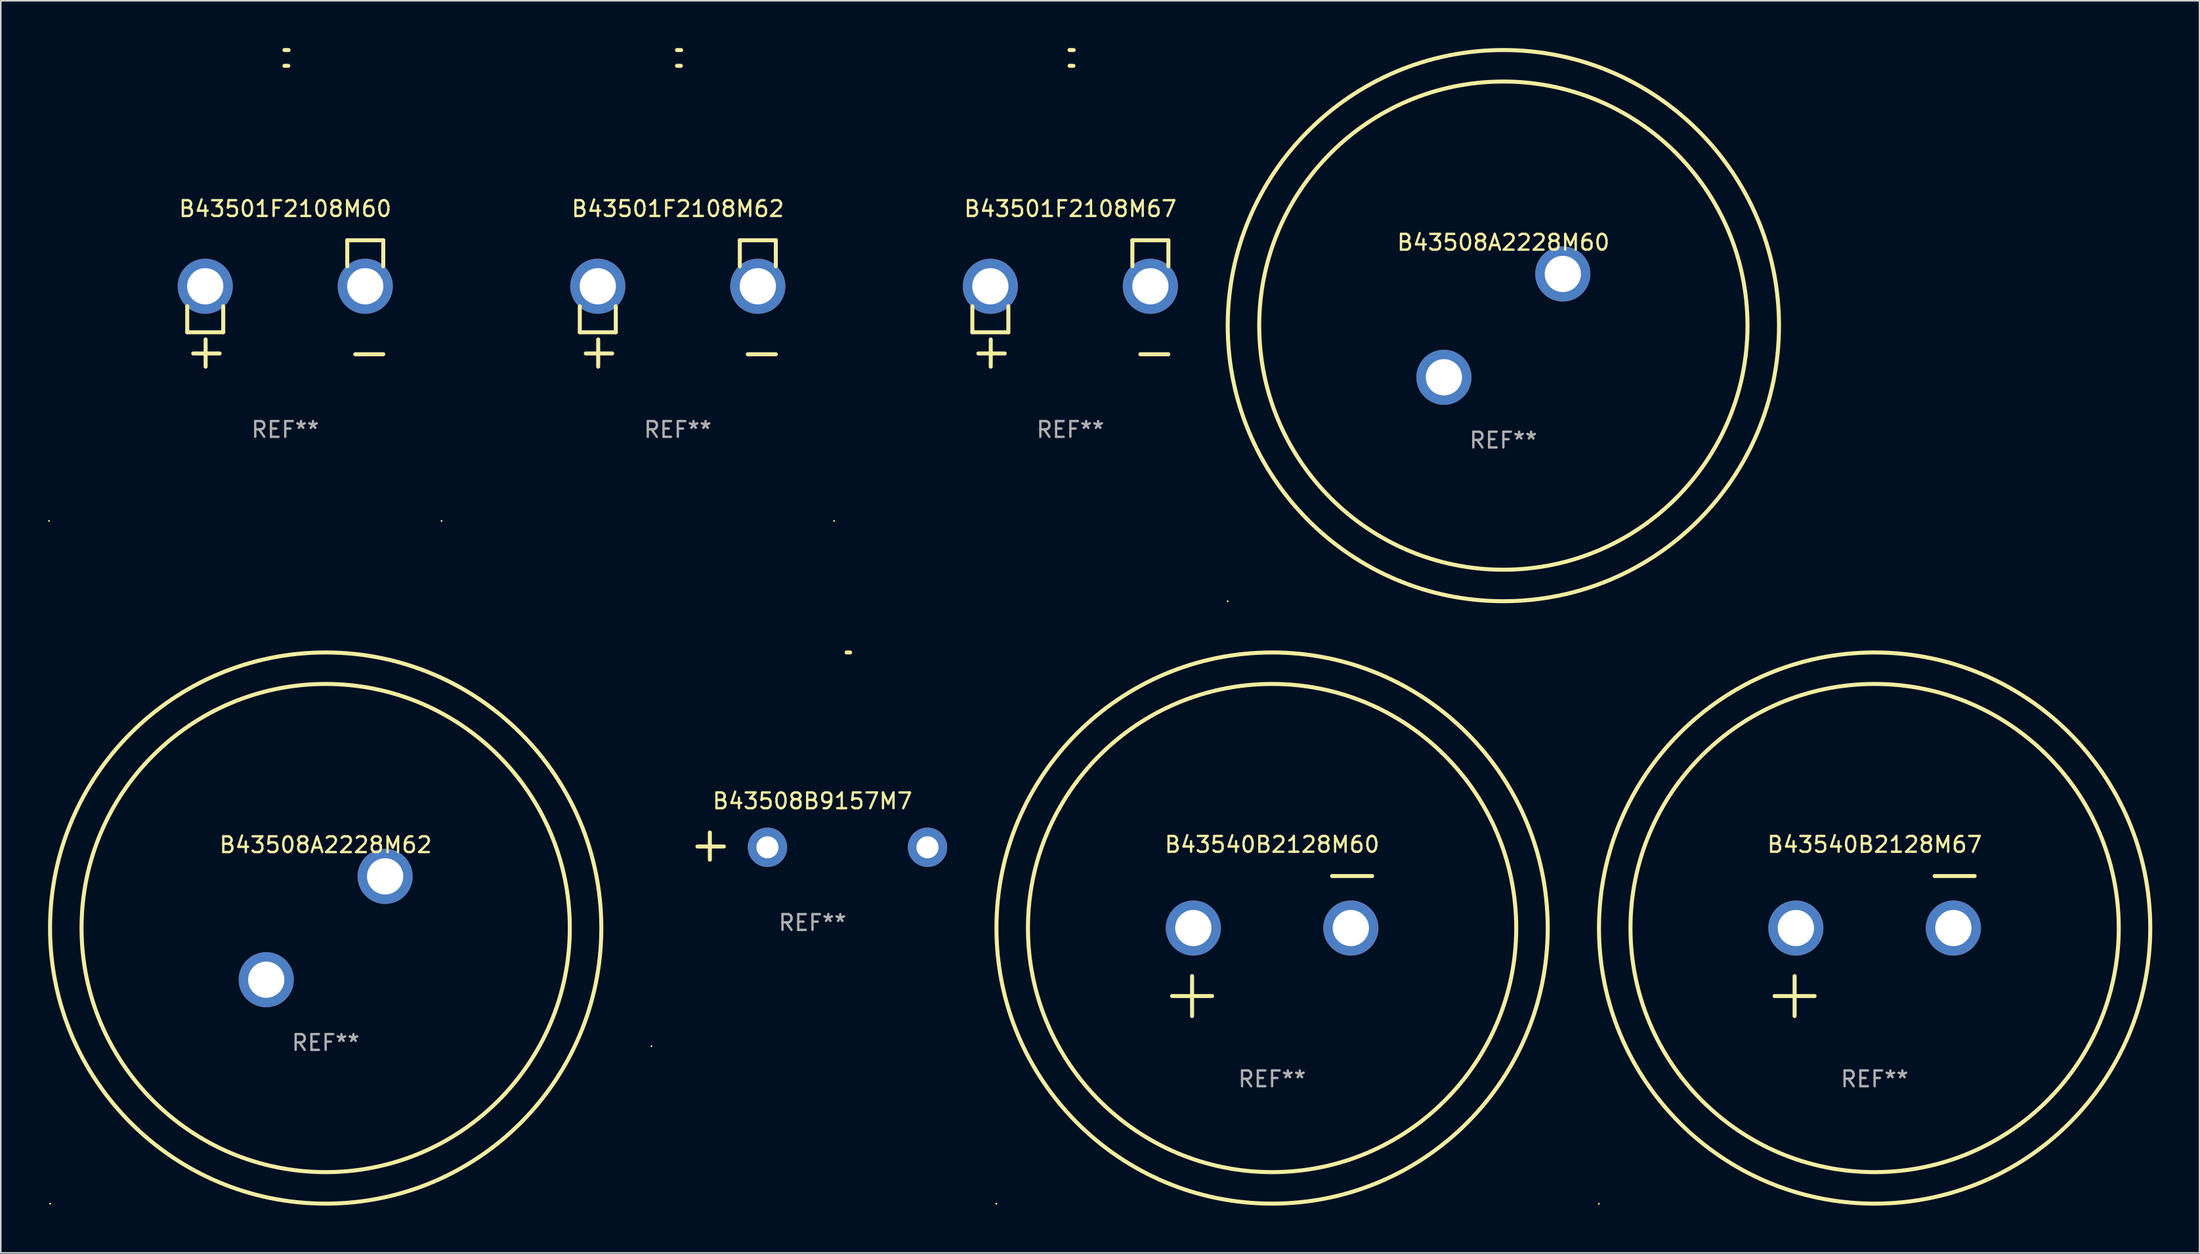
<source format=kicad_pcb>
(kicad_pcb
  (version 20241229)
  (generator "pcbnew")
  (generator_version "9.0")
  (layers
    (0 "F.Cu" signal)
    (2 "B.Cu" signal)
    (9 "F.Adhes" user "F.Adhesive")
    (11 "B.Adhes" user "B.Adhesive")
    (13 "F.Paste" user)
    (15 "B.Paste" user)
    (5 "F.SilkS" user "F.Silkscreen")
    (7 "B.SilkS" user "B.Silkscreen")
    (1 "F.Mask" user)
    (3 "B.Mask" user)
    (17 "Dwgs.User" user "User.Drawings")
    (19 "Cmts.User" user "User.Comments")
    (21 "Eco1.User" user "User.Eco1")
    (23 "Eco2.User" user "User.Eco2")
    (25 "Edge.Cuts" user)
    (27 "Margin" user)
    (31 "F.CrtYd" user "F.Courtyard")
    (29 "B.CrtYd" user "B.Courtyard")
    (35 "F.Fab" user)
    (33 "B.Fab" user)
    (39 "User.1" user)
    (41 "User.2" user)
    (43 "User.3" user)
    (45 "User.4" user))
  (footprint "B43501F2108M60"
    (layer "F.Cu")
    (at 15.06 16.22)
    (property "Reference" "B43501F2108M60" (at 0 -6.013 0) (layer "F.SilkS") (effects (font (size 1 1) (thickness 0.15))))
    (attr through_hole)
    (fp_line (start -6.223 0.178) (end -6.223 1.829) (stroke (width 0.254) (type solid)) (layer "F.SilkS"))
    (fp_line (start -6.223 1.829) (end -3.937 1.829) (stroke (width 0.254) (type solid)) (layer "F.SilkS"))
    (fp_line (start -5.055 4.013) (end -5.055 2.286) (stroke (width 0.254) (type solid)) (layer "F.SilkS"))
    (fp_line (start -4.166 3.175) (end -5.842 3.175) (stroke (width 0.254) (type solid)) (layer "F.SilkS"))
    (fp_line (start -3.937 1.829) (end -3.937 0.178) (stroke (width 0.254) (type solid)) (layer "F.SilkS"))
    (fp_line (start 3.937 -4.013) (end 3.937 -2.362) (stroke (width 0.254) (type solid)) (layer "F.SilkS"))
    (fp_line (start 6.223 -4.013) (end 3.937 -4.013) (stroke (width 0.254) (type solid)) (layer "F.SilkS"))
    (fp_line (start 6.223 -2.362) (end 6.223 -4.013) (stroke (width 0.254) (type solid)) (layer "F.SilkS"))
    (fp_line (start 6.223 3.226) (end 4.445 3.226) (stroke (width 0.254) (type solid)) (layer "F.SilkS"))
    (fp_arc (start -0.0508 -16.093472) (mid 0.080016 -16.092762) (end 0.210821 -16.090932) (stroke (width 0.254001) (type solid)) (layer "F.SilkS"))
    (fp_arc (start -0.0508 -15.09271) (mid 0.071125 -15.091961) (end 0.19304 -15.09017) (stroke (width 0.254001) (type solid)) (layer "F.SilkS"))
    (fp_circle (center -15 13.808) (end -14.97 13.808) (stroke (width 0.06) (type solid)) (fill no) (layer "F.SilkS"))
    (fp_text user "REF**" (at 0 8.013 0) (layer "F.Fab") (effects (font (size 1 1) (thickness 0.15))))
    (pad "1" thru_hole circle (at -5.08 -1.092) (size 3.5 3.5) (drill 2.3) (layers "*.Cu" "*.Mask"))
    (pad "2" thru_hole circle (at 5.08 -1.092) (size 3.5 3.5) (drill 2.3) (layers "*.Cu" "*.Mask")))
  (footprint "B43540B2128M60"
    (layer "F.Cu")
    (at 77.713 57.024)
    (property "Reference" "B43540B2128M60" (at 0 -6.445 0) (layer "F.SilkS") (effects (font (size 1 1) (thickness 0.15))))
    (attr through_hole)
    (fp_line (start -6.35 3.175) (end -3.81 3.175) (stroke (width 0.254) (type solid)) (layer "F.SilkS"))
    (fp_line (start -5.08 1.905) (end -5.08 4.445) (stroke (width 0.254) (type solid)) (layer "F.SilkS"))
    (fp_line (start 3.81 -4.445) (end 6.35 -4.445) (stroke (width 0.254) (type solid)) (layer "F.SilkS"))
    (fp_circle (center -17.505 16.362) (end -17.475 16.362) (stroke (width 0.06) (type solid)) (fill no) (layer "F.SilkS"))
    (fp_circle (center 0 -1.143) (end 15.5 -1.143) (stroke (width 0.254) (type solid)) (fill no) (layer "F.SilkS"))
    (fp_circle (center 0 -1.143) (end 17.5 -1.143) (stroke (width 0.254) (type solid)) (fill no) (layer "F.SilkS"))
    (fp_text user "REF**" (at 0 8.445 0) (layer "F.Fab") (effects (font (size 1 1) (thickness 0.15))))
    (pad "1" thru_hole circle (at -5 -1.143) (size 3.5 3.5) (drill 2.3) (layers "*.Cu" "*.Mask"))
    (pad "2" thru_hole circle (at 5 -1.143) (size 3.5 3.5) (drill 2.3) (layers "*.Cu" "*.Mask")))
  (footprint "B43508A2228M62"
    (layer "F.Cu")
    (at 17.627 55.881)
    (property "Reference" "B43508A2228M62" (at 0 -5.28 0) (layer "F.SilkS") (effects (font (size 1 1) (thickness 0.15))))
    (attr through_hole)
    (fp_circle (center -17.5 17.5) (end -17.47 17.5) (stroke (width 0.06) (type solid)) (fill no) (layer "F.SilkS"))
    (fp_circle (center 0.000127 0) (end 15.5 0) (stroke (width 0.254) (type solid)) (fill no) (layer "F.SilkS"))
    (fp_circle (center 0.000127 0) (end 17.5 0) (stroke (width 0.254) (type solid)) (fill no) (layer "F.SilkS"))
    (fp_text user "+" (at -2.209 6.481 0) (layer "B.Mask") (effects (font (size 1 1) (thickness 0.15))))
    (fp_text user "-" (at 3.792 -0.019 0) (layer "B.Mask") (effects (font (size 1 1) (thickness 0.15))))
    (fp_text user "REF**" (at 0 7.28 0) (layer "F.Fab") (effects (font (size 1 1) (thickness 0.15))))
    (pad "1" thru_hole circle (at -3.774 3.28) (size 3.5 3.5) (drill 2.3) (layers "*.Cu" "*.Mask"))
    (pad "2" thru_hole circle (at 3.774 -3.28) (size 3.5 3.5) (drill 2.3) (layers "*.Cu" "*.Mask")))
  (footprint "B43501F2108M62"
    (layer "F.Cu")
    (at 39.983 16.22)
    (property "Reference" "B43501F2108M62" (at 0 -6.013 0) (layer "F.SilkS") (effects (font (size 1 1) (thickness 0.15))))
    (attr through_hole)
    (fp_line (start -6.223 0.178) (end -6.223 1.829) (stroke (width 0.254) (type solid)) (layer "F.SilkS"))
    (fp_line (start -6.223 1.829) (end -3.937 1.829) (stroke (width 0.254) (type solid)) (layer "F.SilkS"))
    (fp_line (start -5.055 4.013) (end -5.055 2.286) (stroke (width 0.254) (type solid)) (layer "F.SilkS"))
    (fp_line (start -4.166 3.175) (end -5.842 3.175) (stroke (width 0.254) (type solid)) (layer "F.SilkS"))
    (fp_line (start -3.937 1.829) (end -3.937 0.178) (stroke (width 0.254) (type solid)) (layer "F.SilkS"))
    (fp_line (start 3.937 -4.013) (end 3.937 -2.362) (stroke (width 0.254) (type solid)) (layer "F.SilkS"))
    (fp_line (start 6.223 -4.013) (end 3.937 -4.013) (stroke (width 0.254) (type solid)) (layer "F.SilkS"))
    (fp_line (start 6.223 -2.362) (end 6.223 -4.013) (stroke (width 0.254) (type solid)) (layer "F.SilkS"))
    (fp_line (start 6.223 3.226) (end 4.445 3.226) (stroke (width 0.254) (type solid)) (layer "F.SilkS"))
    (fp_arc (start -0.0508 -16.093472) (mid 0.080016 -16.092762) (end 0.210821 -16.090932) (stroke (width 0.254001) (type solid)) (layer "F.SilkS"))
    (fp_arc (start -0.0508 -15.09271) (mid 0.071125 -15.091961) (end 0.19304 -15.09017) (stroke (width 0.254001) (type solid)) (layer "F.SilkS"))
    (fp_circle (center -15 13.808) (end -14.97 13.808) (stroke (width 0.06) (type solid)) (fill no) (layer "F.SilkS"))
    (fp_text user "REF**" (at 0 8.013 0) (layer "F.Fab") (effects (font (size 1 1) (thickness 0.15))))
    (pad "1" thru_hole circle (at -5.08 -1.092) (size 3.5 3.5) (drill 2.3) (layers "*.Cu" "*.Mask"))
    (pad "2" thru_hole circle (at 5.08 -1.092) (size 3.5 3.5) (drill 2.3) (layers "*.Cu" "*.Mask")))
  (footprint "B43501F2108M67"
    (layer "F.Cu")
    (at 64.906 16.22)
    (property "Reference" "B43501F2108M67" (at 0 -6.013 0) (layer "F.SilkS") (effects (font (size 1 1) (thickness 0.15))))
    (attr through_hole)
    (fp_line (start -6.223 0.178) (end -6.223 1.829) (stroke (width 0.254) (type solid)) (layer "F.SilkS"))
    (fp_line (start -6.223 1.829) (end -3.937 1.829) (stroke (width 0.254) (type solid)) (layer "F.SilkS"))
    (fp_line (start -5.055 4.013) (end -5.055 2.286) (stroke (width 0.254) (type solid)) (layer "F.SilkS"))
    (fp_line (start -4.166 3.175) (end -5.842 3.175) (stroke (width 0.254) (type solid)) (layer "F.SilkS"))
    (fp_line (start -3.937 1.829) (end -3.937 0.178) (stroke (width 0.254) (type solid)) (layer "F.SilkS"))
    (fp_line (start 3.937 -4.013) (end 3.937 -2.362) (stroke (width 0.254) (type solid)) (layer "F.SilkS"))
    (fp_line (start 6.223 -4.013) (end 3.937 -4.013) (stroke (width 0.254) (type solid)) (layer "F.SilkS"))
    (fp_line (start 6.223 -2.362) (end 6.223 -4.013) (stroke (width 0.254) (type solid)) (layer "F.SilkS"))
    (fp_line (start 6.223 3.226) (end 4.445 3.226) (stroke (width 0.254) (type solid)) (layer "F.SilkS"))
    (fp_arc (start -0.0508 -16.093472) (mid 0.080016 -16.092762) (end 0.210821 -16.090932) (stroke (width 0.254001) (type solid)) (layer "F.SilkS"))
    (fp_arc (start -0.0508 -15.09271) (mid 0.071125 -15.091961) (end 0.19304 -15.09017) (stroke (width 0.254001) (type solid)) (layer "F.SilkS"))
    (fp_circle (center -15 13.808) (end -14.97 13.808) (stroke (width 0.06) (type solid)) (fill no) (layer "F.SilkS"))
    (fp_text user "REF**" (at 0 8.013 0) (layer "F.Fab") (effects (font (size 1 1) (thickness 0.15))))
    (pad "1" thru_hole circle (at -5.08 -1.092) (size 3.5 3.5) (drill 2.3) (layers "*.Cu" "*.Mask"))
    (pad "2" thru_hole circle (at 5.08 -1.092) (size 3.5 3.5) (drill 2.3) (layers "*.Cu" "*.Mask")))
  (footprint "B43508B9157M7"
    (layer "F.Cu")
    (at 48.533 50.678)
    (property "Reference" "B43508B9157M7" (at 0 -2.864 0) (layer "F.SilkS") (effects (font (size 1 1) (thickness 0.15))))
    (attr through_hole)
    (fp_line (start -6.515 0.864) (end -6.515 -0.864) (stroke (width 0.254) (type solid)) (layer "F.SilkS"))
    (fp_line (start -5.626 0.025) (end -7.303 0.025) (stroke (width 0.254) (type solid)) (layer "F.SilkS"))
    (fp_arc (start 2.171704 -12.296165) (mid 2.280925 -12.296638) (end 2.390145 -12.296165) (stroke (width 0.254001) (type solid)) (layer "F.SilkS"))
    (fp_circle (center -10.219 12.703) (end -10.189 12.703) (stroke (width 0.06) (type solid)) (fill no) (layer "F.SilkS"))
    (fp_text user "REF**" (at 0 4.864 0) (layer "F.Fab") (effects (font (size 1 1) (thickness 0.15))))
    (pad "1" thru_hole circle (at -2.858 0.076) (size 2.5 2.5) (drill 1.4) (layers "*.Cu" "*.Mask"))
    (pad "2" thru_hole circle (at 7.303 0.076) (size 2.5 2.5) (drill 1.4) (layers "*.Cu" "*.Mask")))
  (footprint "B43508A2228M60"
    (layer "F.Cu")
    (at 92.396 17.627)
    (property "Reference" "B43508A2228M60" (at 0 -5.28 0) (layer "F.SilkS") (effects (font (size 1 1) (thickness 0.15))))
    (attr through_hole)
    (fp_circle (center -17.5 17.5) (end -17.47 17.5) (stroke (width 0.06) (type solid)) (fill no) (layer "F.SilkS"))
    (fp_circle (center 0.000127 0) (end 15.5 0) (stroke (width 0.254) (type solid)) (fill no) (layer "F.SilkS"))
    (fp_circle (center 0.000127 0) (end 17.5 0) (stroke (width 0.254) (type solid)) (fill no) (layer "F.SilkS"))
    (fp_text user "-" (at 3.792 -0.019 0) (layer "B.Mask") (effects (font (size 1 1) (thickness 0.15))))
    (fp_text user "+" (at -2.209 6.481 0) (layer "B.Mask") (effects (font (size 1 1) (thickness 0.15))))
    (fp_text user "REF**" (at 0 7.28 0) (layer "F.Fab") (effects (font (size 1 1) (thickness 0.15))))
    (pad "1" thru_hole circle (at -3.774 3.28) (size 3.5 3.5) (drill 2.3) (layers "*.Cu" "*.Mask"))
    (pad "2" thru_hole circle (at 3.774 -3.28) (size 3.5 3.5) (drill 2.3) (layers "*.Cu" "*.Mask")))
  (footprint "B43540B2128M67"
    (layer "F.Cu")
    (at 115.967 57.024)
    (property "Reference" "B43540B2128M67" (at 0 -6.445 0) (layer "F.SilkS") (effects (font (size 1 1) (thickness 0.15))))
    (attr through_hole)
    (fp_line (start -6.35 3.175) (end -3.81 3.175) (stroke (width 0.254) (type solid)) (layer "F.SilkS"))
    (fp_line (start -5.08 1.905) (end -5.08 4.445) (stroke (width 0.254) (type solid)) (layer "F.SilkS"))
    (fp_line (start 3.81 -4.445) (end 6.35 -4.445) (stroke (width 0.254) (type solid)) (layer "F.SilkS"))
    (fp_circle (center -17.505 16.362) (end -17.475 16.362) (stroke (width 0.06) (type solid)) (fill no) (layer "F.SilkS"))
    (fp_circle (center 0 -1.143) (end 15.5 -1.143) (stroke (width 0.254) (type solid)) (fill no) (layer "F.SilkS"))
    (fp_circle (center 0 -1.143) (end 17.5 -1.143) (stroke (width 0.254) (type solid)) (fill no) (layer "F.SilkS"))
    (fp_text user "REF**" (at 0 8.445 0) (layer "F.Fab") (effects (font (size 1 1) (thickness 0.15))))
    (pad "1" thru_hole circle (at -5 -1.143) (size 3.5 3.5) (drill 2.3) (layers "*.Cu" "*.Mask"))
    (pad "2" thru_hole circle (at 5 -1.143) (size 3.5 3.5) (drill 2.3) (layers "*.Cu" "*.Mask")))
  (gr_rect
    (start -3 -3)
    (end 136.594 76.509)
    (stroke (width 0.1) (type default))
    (fill no)
    (layer "Edge.Cuts")))
</source>
